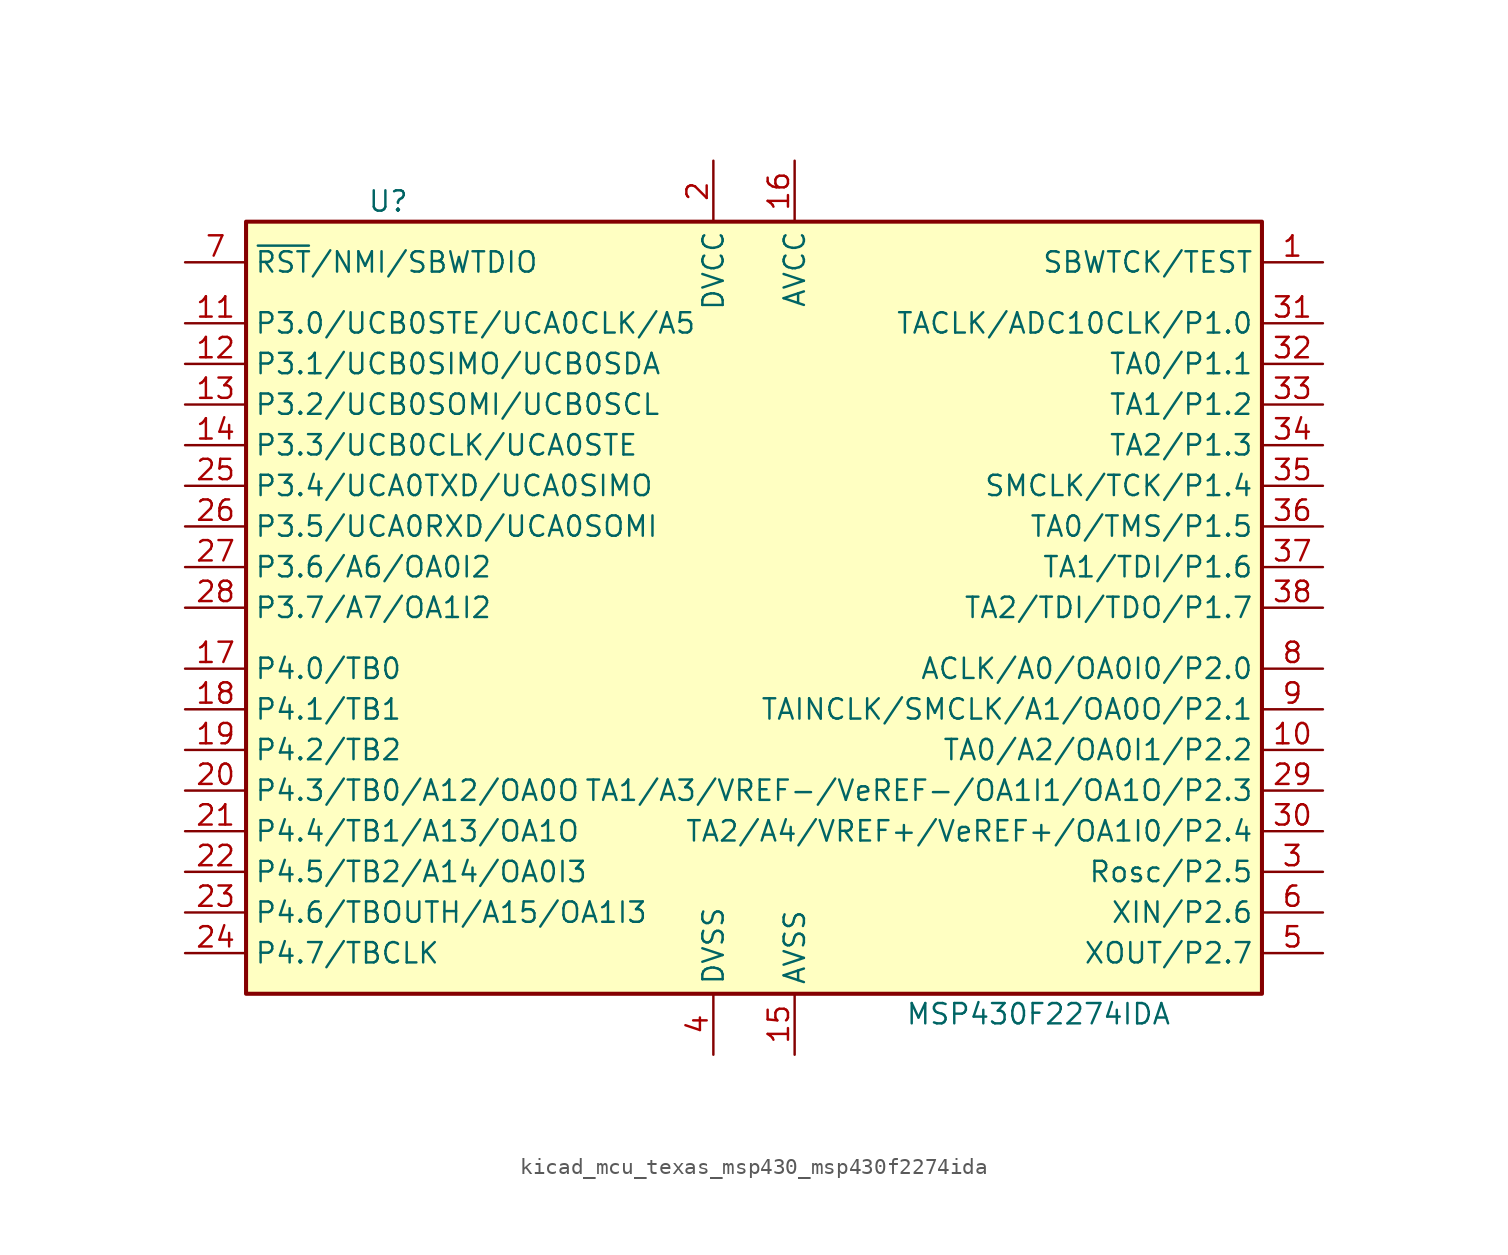
<source format=kicad_sym>
(kicad_symbol_lib
  (version 20220914)
  (generator kicad_symbol_editor)
  (symbol "kicad_mcu_texas_msp430_msp430f2274ida"
    (property "Reference" "U"
      (at -22.86 25.4 0)
      (effects (font (size 1.27 1.27))))
    (property "Value" "MSP430F2274IDA"
      (at 17.78 -25.4 0)
      (effects (font (size 1.27 1.27))))
    (symbol "kicad_mcu_texas_msp430_msp430f2274ida_0_1"
      (rectangle (start -31.75 24.13) (end 31.75 -24.13) (stroke (width 0.254) (type default)) (fill (type background))))
    (symbol "kicad_mcu_texas_msp430_msp430f2274ida_1_1"
      (pin input line (at 35.56 21.59 180) (length 3.81) (name "SBWTCK/TEST" (effects (font (size 1.27 1.27)))) (number "1" (effects (font (size 1.27 1.27)))))
      (pin bidirectional line (at 35.56 -8.89 180) (length 3.81) (name "TA0/A2/OA0I1/P2.2" (effects (font (size 1.27 1.27)))) (number "10" (effects (font (size 1.27 1.27)))))
      (pin bidirectional line (at -35.56 17.78 0) (length 3.81) (name "P3.0/UCB0STE/UCA0CLK/A5" (effects (font (size 1.27 1.27)))) (number "11" (effects (font (size 1.27 1.27)))))
      (pin bidirectional line (at -35.56 15.24 0) (length 3.81) (name "P3.1/UCB0SIMO/UCB0SDA" (effects (font (size 1.27 1.27)))) (number "12" (effects (font (size 1.27 1.27)))))
      (pin bidirectional line (at -35.56 12.7 0) (length 3.81) (name "P3.2/UCB0SOMI/UCB0SCL" (effects (font (size 1.27 1.27)))) (number "13" (effects (font (size 1.27 1.27)))))
      (pin bidirectional line (at -35.56 10.16 0) (length 3.81) (name "P3.3/UCB0CLK/UCA0STE" (effects (font (size 1.27 1.27)))) (number "14" (effects (font (size 1.27 1.27)))))
      (pin power_in line (at 2.54 -27.94 90) (length 3.81) (name "AVSS" (effects (font (size 1.27 1.27)))) (number "15" (effects (font (size 1.27 1.27)))))
      (pin power_in line (at 2.54 27.94 270) (length 3.81) (name "AVCC" (effects (font (size 1.27 1.27)))) (number "16" (effects (font (size 1.27 1.27)))))
      (pin bidirectional line (at -35.56 -3.81 0) (length 3.81) (name "P4.0/TB0" (effects (font (size 1.27 1.27)))) (number "17" (effects (font (size 1.27 1.27)))))
      (pin bidirectional line (at -35.56 -6.35 0) (length 3.81) (name "P4.1/TB1" (effects (font (size 1.27 1.27)))) (number "18" (effects (font (size 1.27 1.27)))))
      (pin bidirectional line (at -35.56 -8.89 0) (length 3.81) (name "P4.2/TB2" (effects (font (size 1.27 1.27)))) (number "19" (effects (font (size 1.27 1.27)))))
      (pin power_in line (at -2.54 27.94 270) (length 3.81) (name "DVCC" (effects (font (size 1.27 1.27)))) (number "2" (effects (font (size 1.27 1.27)))))
      (pin bidirectional line (at -35.56 -11.43 0) (length 3.81) (name "P4.3/TB0/A12/OA0O" (effects (font (size 1.27 1.27)))) (number "20" (effects (font (size 1.27 1.27)))))
      (pin bidirectional line (at -35.56 -13.97 0) (length 3.81) (name "P4.4/TB1/A13/OA1O" (effects (font (size 1.27 1.27)))) (number "21" (effects (font (size 1.27 1.27)))))
      (pin bidirectional line (at -35.56 -16.51 0) (length 3.81) (name "P4.5/TB2/A14/OA0I3" (effects (font (size 1.27 1.27)))) (number "22" (effects (font (size 1.27 1.27)))))
      (pin bidirectional line (at -35.56 -19.05 0) (length 3.81) (name "P4.6/TBOUTH/A15/OA1I3" (effects (font (size 1.27 1.27)))) (number "23" (effects (font (size 1.27 1.27)))))
      (pin bidirectional line (at -35.56 -21.59 0) (length 3.81) (name "P4.7/TBCLK" (effects (font (size 1.27 1.27)))) (number "24" (effects (font (size 1.27 1.27)))))
      (pin bidirectional line (at -35.56 7.62 0) (length 3.81) (name "P3.4/UCA0TXD/UCA0SIMO" (effects (font (size 1.27 1.27)))) (number "25" (effects (font (size 1.27 1.27)))))
      (pin bidirectional line (at -35.56 5.08 0) (length 3.81) (name "P3.5/UCA0RXD/UCA0SOMI" (effects (font (size 1.27 1.27)))) (number "26" (effects (font (size 1.27 1.27)))))
      (pin bidirectional line (at -35.56 2.54 0) (length 3.81) (name "P3.6/A6/OA0I2" (effects (font (size 1.27 1.27)))) (number "27" (effects (font (size 1.27 1.27)))))
      (pin bidirectional line (at -35.56 0 0) (length 3.81) (name "P3.7/A7/OA1I2" (effects (font (size 1.27 1.27)))) (number "28" (effects (font (size 1.27 1.27)))))
      (pin bidirectional line (at 35.56 -11.43 180) (length 3.81) (name "TA1/A3/VREF-/VeREF-/OA1I1/OA1O/P2.3" (effects (font (size 1.27 1.27)))) (number "29" (effects (font (size 1.27 1.27)))))
      (pin bidirectional line (at 35.56 -16.51 180) (length 3.81) (name "Rosc/P2.5" (effects (font (size 1.27 1.27)))) (number "3" (effects (font (size 1.27 1.27)))))
      (pin bidirectional line (at 35.56 -13.97 180) (length 3.81) (name "TA2/A4/VREF+/VeREF+/OA1I0/P2.4" (effects (font (size 1.27 1.27)))) (number "30" (effects (font (size 1.27 1.27)))))
      (pin bidirectional line (at 35.56 17.78 180) (length 3.81) (name "TACLK/ADC10CLK/P1.0" (effects (font (size 1.27 1.27)))) (number "31" (effects (font (size 1.27 1.27)))))
      (pin bidirectional line (at 35.56 15.24 180) (length 3.81) (name "TA0/P1.1" (effects (font (size 1.27 1.27)))) (number "32" (effects (font (size 1.27 1.27)))))
      (pin bidirectional line (at 35.56 12.7 180) (length 3.81) (name "TA1/P1.2" (effects (font (size 1.27 1.27)))) (number "33" (effects (font (size 1.27 1.27)))))
      (pin bidirectional line (at 35.56 10.16 180) (length 3.81) (name "TA2/P1.3" (effects (font (size 1.27 1.27)))) (number "34" (effects (font (size 1.27 1.27)))))
      (pin bidirectional line (at 35.56 7.62 180) (length 3.81) (name "SMCLK/TCK/P1.4" (effects (font (size 1.27 1.27)))) (number "35" (effects (font (size 1.27 1.27)))))
      (pin bidirectional line (at 35.56 5.08 180) (length 3.81) (name "TA0/TMS/P1.5" (effects (font (size 1.27 1.27)))) (number "36" (effects (font (size 1.27 1.27)))))
      (pin bidirectional line (at 35.56 2.54 180) (length 3.81) (name "TA1/TDI/P1.6" (effects (font (size 1.27 1.27)))) (number "37" (effects (font (size 1.27 1.27)))))
      (pin bidirectional line (at 35.56 0 180) (length 3.81) (name "TA2/TDI/TDO/P1.7" (effects (font (size 1.27 1.27)))) (number "38" (effects (font (size 1.27 1.27)))))
      (pin power_in line (at -2.54 -27.94 90) (length 3.81) (name "DVSS" (effects (font (size 1.27 1.27)))) (number "4" (effects (font (size 1.27 1.27)))))
      (pin bidirectional line (at 35.56 -21.59 180) (length 3.81) (name "XOUT/P2.7" (effects (font (size 1.27 1.27)))) (number "5" (effects (font (size 1.27 1.27)))))
      (pin bidirectional line (at 35.56 -19.05 180) (length 3.81) (name "XIN/P2.6" (effects (font (size 1.27 1.27)))) (number "6" (effects (font (size 1.27 1.27)))))
      (pin bidirectional line (at -35.56 21.59 0) (length 3.81) (name "~{RST}/NMI/SBWTDIO" (effects (font (size 1.27 1.27)))) (number "7" (effects (font (size 1.27 1.27)))))
      (pin bidirectional line (at 35.56 -3.81 180) (length 3.81) (name "ACLK/A0/OA0I0/P2.0" (effects (font (size 1.27 1.27)))) (number "8" (effects (font (size 1.27 1.27)))))
      (pin bidirectional line (at 35.56 -6.35 180) (length 3.81) (name "TAINCLK/SMCLK/A1/OA0O/P2.1" (effects (font (size 1.27 1.27)))) (number "9" (effects (font (size 1.27 1.27))))))))
</source>
